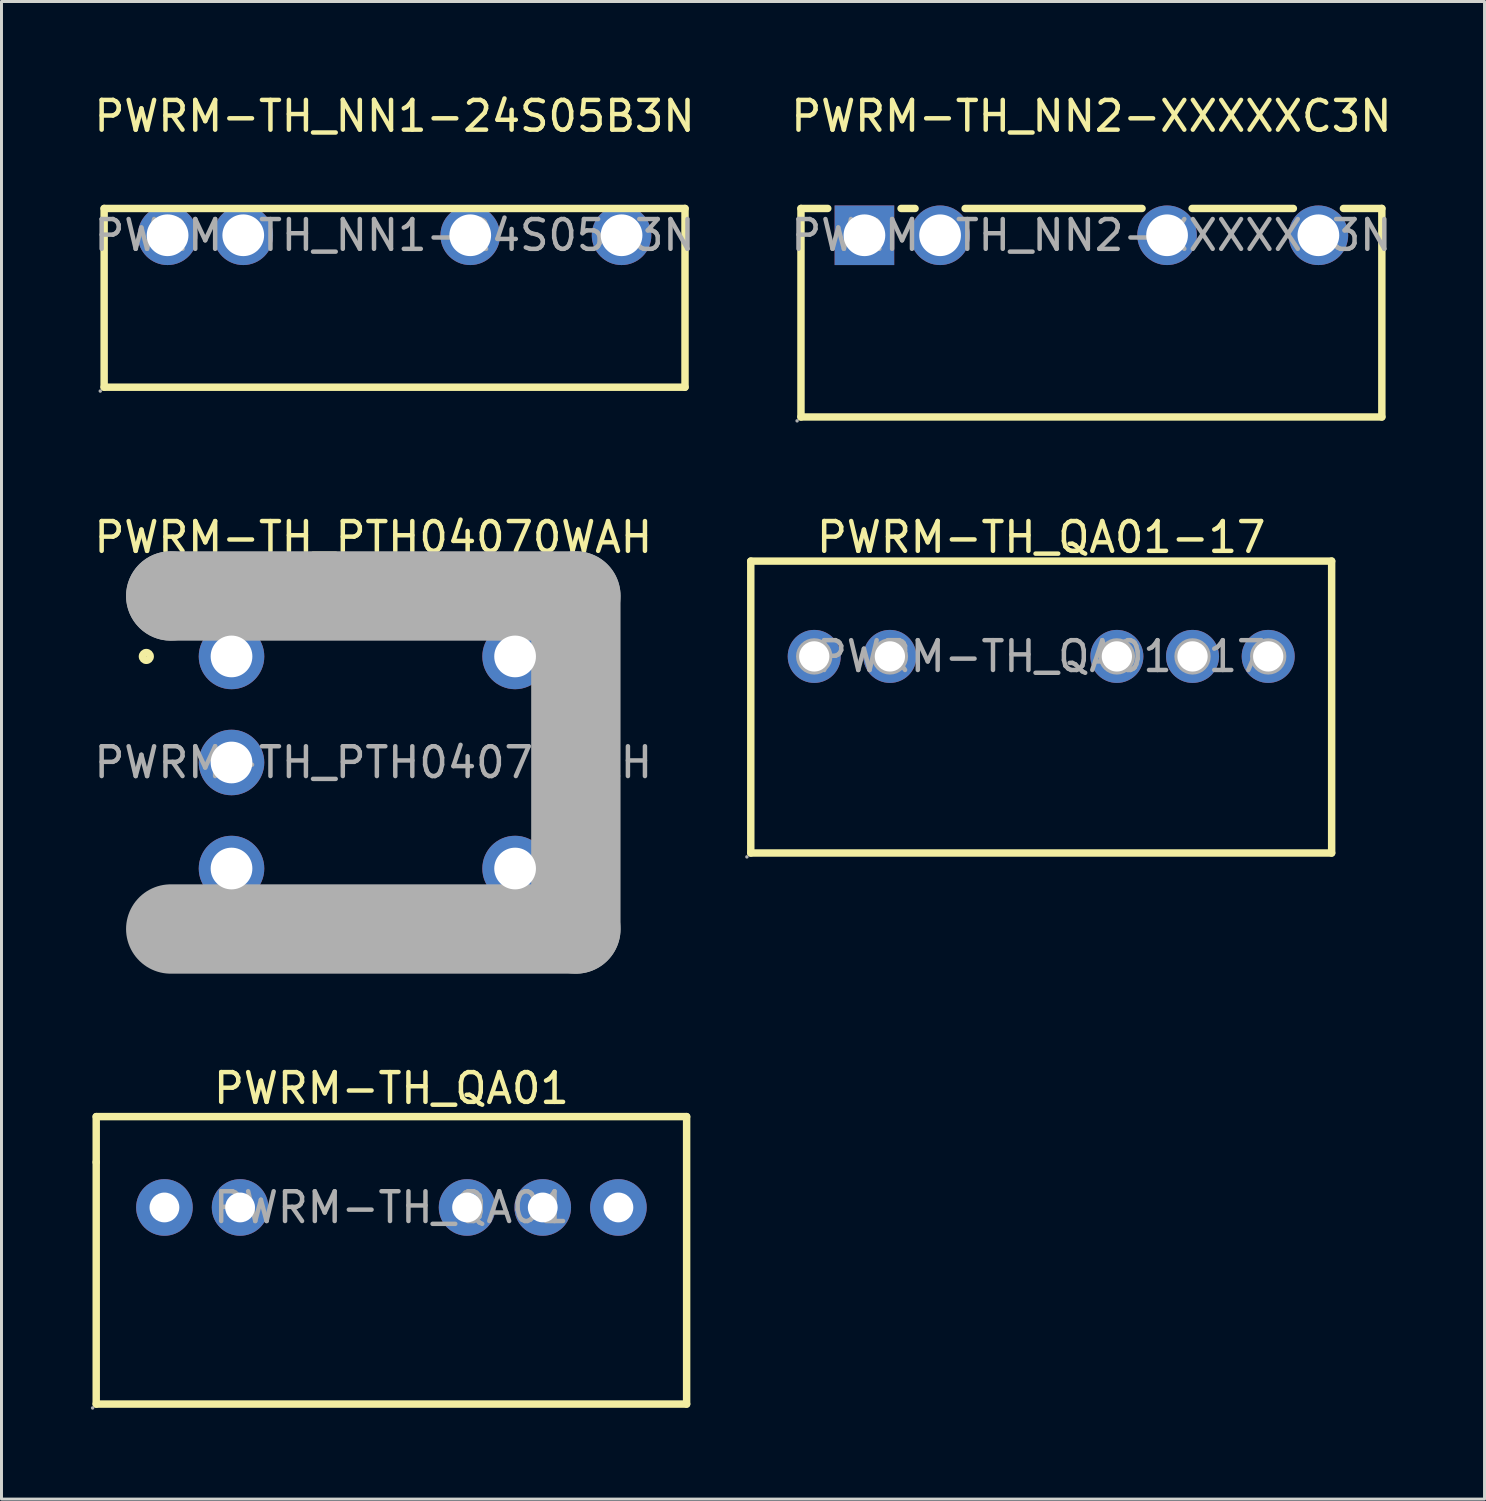
<source format=kicad_pcb>
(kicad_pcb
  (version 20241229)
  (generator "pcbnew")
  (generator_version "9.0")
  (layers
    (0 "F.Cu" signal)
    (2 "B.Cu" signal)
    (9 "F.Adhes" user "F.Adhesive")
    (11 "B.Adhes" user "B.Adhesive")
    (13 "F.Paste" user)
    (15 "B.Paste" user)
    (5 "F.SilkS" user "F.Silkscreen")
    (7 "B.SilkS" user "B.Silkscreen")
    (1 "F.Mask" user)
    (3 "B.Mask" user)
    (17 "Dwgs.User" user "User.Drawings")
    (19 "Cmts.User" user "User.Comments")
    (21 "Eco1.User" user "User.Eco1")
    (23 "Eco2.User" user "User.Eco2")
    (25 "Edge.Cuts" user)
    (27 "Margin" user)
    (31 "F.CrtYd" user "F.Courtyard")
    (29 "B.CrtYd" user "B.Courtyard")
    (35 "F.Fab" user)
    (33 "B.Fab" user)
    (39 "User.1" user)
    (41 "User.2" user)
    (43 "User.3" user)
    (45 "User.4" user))
  (footprint "PWRM-TH_NN1-24S05B3N"
    (layer "F.Cu")
    (at 10.196 4.848)
    (property "Reference" "PWRM-TH_NN1-24S05B3N" (at 0 -4 0) (layer "F.SilkS") (effects (font (size 1 1) (thickness 0.15))))
    (attr through_hole)
    (fp_line (start -9.75 -0.9) (end -9.75 5.1) (stroke (width 0.25) (type solid)) (layer "F.SilkS"))
    (fp_line (start -9.75 -0.9) (end 9.75 -0.9) (stroke (width 0.25) (type solid)) (layer "F.SilkS"))
    (fp_line (start 9.75 -0.9) (end 9.75 5.1) (stroke (width 0.25) (type solid)) (layer "F.SilkS"))
    (fp_line (start 9.75 5.1) (end -9.75 5.1) (stroke (width 0.25) (type solid)) (layer "F.SilkS"))
    (fp_circle (center -9.88 5.23) (end -9.85 5.23) (stroke (width 0.06) (type solid)) (fill no) (layer "F.Fab"))
    (fp_circle (center -7.62 0) (end -7.32 0) (stroke (width 0.6) (type solid)) (fill no) (layer "F.Fab"))
    (fp_circle (center -5.08 0) (end -4.78 0) (stroke (width 0.6) (type solid)) (fill no) (layer "F.Fab"))
    (fp_circle (center 2.54 0) (end 2.84 0) (stroke (width 0.6) (type solid)) (fill no) (layer "F.Fab"))
    (fp_circle (center 7.62 0) (end 7.92 0) (stroke (width 0.6) (type solid)) (fill no) (layer "F.Fab"))
    (fp_text user "${REFERENCE}" (at 0 0 0) (layer "F.Fab") (effects (font (size 1 1) (thickness 0.15))))
    (pad "1" thru_hole circle (at -7.62 0) (size 2 2) (drill 1.4) (layers "*.Cu" "*.Paste" "*.Mask"))
    (pad "2" thru_hole circle (at -5.08 0) (size 2 2) (drill 1.4) (layers "*.Cu" "*.Paste" "*.Mask"))
    (pad "5" thru_hole circle (at 2.54 0) (size 2 2) (drill 1.4) (layers "*.Cu" "*.Paste" "*.Mask"))
    (pad "7" thru_hole circle (at 7.62 0) (size 2 2) (drill 1.4) (layers "*.Cu" "*.Paste" "*.Mask")))
  (footprint "PWRM-TH_QA01"
    (layer "F.Cu")
    (at 10.09 37.485)
    (property "Reference" "PWRM-TH_QA01" (at 0 -4 0) (layer "F.SilkS") (effects (font (size 1 1) (thickness 0.15))))
    (attr through_hole)
    (fp_line (start -9.91 -3.05) (end 9.91 -3.05) (stroke (width 0.25) (type solid)) (layer "F.SilkS"))
    (fp_line (start -9.91 -1.52) (end -9.91 -3.05) (stroke (width 0.25) (type solid)) (layer "F.SilkS"))
    (fp_line (start -9.91 6.6) (end -9.91 -1.52) (stroke (width 0.25) (type solid)) (layer "F.SilkS"))
    (fp_line (start 9.91 -3.05) (end 9.91 6.6) (stroke (width 0.25) (type solid)) (layer "F.SilkS"))
    (fp_line (start 9.91 6.6) (end -9.91 6.6) (stroke (width 0.25) (type solid)) (layer "F.SilkS"))
    (fp_circle (center -10.03 6.73) (end -10 6.73) (stroke (width 0.06) (type solid)) (fill no) (layer "F.Fab"))
    (fp_circle (center -7.62 0) (end -7.42 0) (stroke (width 0.4) (type solid)) (fill no) (layer "F.Fab"))
    (fp_circle (center -5.08 0) (end -4.88 0) (stroke (width 0.4) (type solid)) (fill no) (layer "F.Fab"))
    (fp_circle (center 2.54 0) (end 2.74 0) (stroke (width 0.4) (type solid)) (fill no) (layer "F.Fab"))
    (fp_circle (center 5.08 0) (end 5.28 0) (stroke (width 0.4) (type solid)) (fill no) (layer "F.Fab"))
    (fp_circle (center 7.62 0) (end 7.82 0) (stroke (width 0.4) (type solid)) (fill no) (layer "F.Fab"))
    (fp_text user "${REFERENCE}" (at 0 0 0) (layer "F.Fab") (effects (font (size 1 1) (thickness 0.15))))
    (pad "1" thru_hole circle (at -7.62 0) (size 1.9 1.9) (drill 1) (layers "*.Cu" "*.Paste" "*.Mask"))
    (pad "2" thru_hole circle (at -5.08 0) (size 1.9 1.9) (drill 1) (layers "*.Cu" "*.Paste" "*.Mask"))
    (pad "5" thru_hole circle (at 2.54 0) (size 1.9 1.9) (drill 1) (layers "*.Cu" "*.Paste" "*.Mask"))
    (pad "6" thru_hole circle (at 5.08 0) (size 1.9 1.9) (drill 1) (layers "*.Cu" "*.Paste" "*.Mask"))
    (pad "7" thru_hole circle (at 7.62 0) (size 1.9 1.9) (drill 1) (layers "*.Cu" "*.Paste" "*.Mask")))
  (footprint "PWRM-TH_NN2-XXXXXC3N"
    (layer "F.Cu")
    (at 33.589 4.848)
    (property "Reference" "PWRM-TH_NN2-XXXXXC3N" (at 0 -4 0) (layer "F.SilkS") (effects (font (size 1 1) (thickness 0.15))))
    (attr through_hole)
    (fp_line (start -9.75 -0.9) (end -9.75 6.1) (stroke (width 0.25) (type solid)) (layer "F.SilkS"))
    (fp_line (start -9.75 -0.9) (end -8.85 -0.9) (stroke (width 0.25) (type solid)) (layer "F.SilkS"))
    (fp_line (start -9.75 6.1) (end 9.75 6.1) (stroke (width 0.25) (type solid)) (layer "F.SilkS"))
    (fp_line (start -6.39 -0.9) (end -5.92 -0.9) (stroke (width 0.25) (type solid)) (layer "F.SilkS"))
    (fp_line (start -4.24 -0.9) (end 1.7 -0.9) (stroke (width 0.25) (type solid)) (layer "F.SilkS"))
    (fp_line (start 3.38 -0.9) (end 6.78 -0.9) (stroke (width 0.25) (type solid)) (layer "F.SilkS"))
    (fp_line (start 8.46 -0.9) (end 9.75 -0.9) (stroke (width 0.25) (type solid)) (layer "F.SilkS"))
    (fp_line (start 9.75 -0.9) (end 9.75 6.1) (stroke (width 0.25) (type solid)) (layer "F.SilkS"))
    (fp_circle (center -9.88 6.23) (end -9.85 6.23) (stroke (width 0.06) (type solid)) (fill no) (layer "F.Fab"))
    (fp_circle (center -7.62 0) (end -7.32 0) (stroke (width 0.6) (type solid)) (fill no) (layer "F.Fab"))
    (fp_circle (center -5.08 0) (end -4.78 0) (stroke (width 0.6) (type solid)) (fill no) (layer "F.Fab"))
    (fp_circle (center 2.54 0) (end 2.84 0) (stroke (width 0.6) (type solid)) (fill no) (layer "F.Fab"))
    (fp_circle (center 7.62 0) (end 7.92 0) (stroke (width 0.6) (type solid)) (fill no) (layer "F.Fab"))
    (fp_text user "${REFERENCE}" (at 0 0 0) (layer "F.Fab") (effects (font (size 1 1) (thickness 0.15))))
    (pad "1" thru_hole rect (at -7.62 0) (size 2 2) (drill 1.4) (layers "*.Cu" "*.Paste" "*.Mask"))
    (pad "2" thru_hole circle (at -5.08 0) (size 2 2) (drill 1.4) (layers "*.Cu" "*.Paste" "*.Mask"))
    (pad "5" thru_hole circle (at 2.54 0) (size 2 2) (drill 1.4) (layers "*.Cu" "*.Paste" "*.Mask"))
    (pad "7" thru_hole circle (at 7.62 0) (size 2 2) (drill 1.4) (layers "*.Cu" "*.Paste" "*.Mask")))
  (footprint "PWRM-TH_QA01-17"
    (layer "F.Cu")
    (at 31.904 18.986)
    (property "Reference" "PWRM-TH_QA01-17" (at 0 -4 0) (layer "F.SilkS") (effects (font (size 1 1) (thickness 0.15))))
    (attr through_hole)
    (fp_line (start -9.75 -3.2) (end 9.75 -3.2) (stroke (width 0.25) (type solid)) (layer "F.SilkS"))
    (fp_line (start -9.75 6.6) (end -9.75 -3.2) (stroke (width 0.25) (type solid)) (layer "F.SilkS"))
    (fp_line (start 9.75 -3.2) (end 9.75 6.6) (stroke (width 0.25) (type solid)) (layer "F.SilkS"))
    (fp_line (start 9.75 6.6) (end -9.75 6.6) (stroke (width 0.25) (type solid)) (layer "F.SilkS"))
    (fp_circle (center -9.88 6.73) (end -9.85 6.73) (stroke (width 0.06) (type solid)) (fill no) (layer "F.Fab"))
    (fp_circle (center -7.62 0) (end -7.42 0) (stroke (width 0.41) (type solid)) (fill no) (layer "F.Fab"))
    (fp_circle (center -5.08 0) (end -4.88 0) (stroke (width 0.41) (type solid)) (fill no) (layer "F.Fab"))
    (fp_circle (center 2.54 0) (end 2.74 0) (stroke (width 0.41) (type solid)) (fill no) (layer "F.Fab"))
    (fp_circle (center 5.08 0) (end 5.28 0) (stroke (width 0.41) (type solid)) (fill no) (layer "F.Fab"))
    (fp_circle (center 7.62 0) (end 7.82 0) (stroke (width 0.41) (type solid)) (fill no) (layer "F.Fab"))
    (fp_text user "${REFERENCE}" (at 0 0 0) (layer "F.Fab") (effects (font (size 1 1) (thickness 0.15))))
    (pad "1" thru_hole circle (at -7.62 0) (size 1.78 1.78) (drill 1.016) (layers "*.Cu" "*.Paste" "*.Mask"))
    (pad "2" thru_hole circle (at -5.08 0) (size 1.78 1.78) (drill 1.016) (layers "*.Cu" "*.Paste" "*.Mask"))
    (pad "5" thru_hole circle (at 2.54 0) (size 1.78 1.78) (drill 1.016) (layers "*.Cu" "*.Paste" "*.Mask"))
    (pad "6" thru_hole circle (at 5.08 0) (size 1.78 1.78) (drill 1.016) (layers "*.Cu" "*.Paste" "*.Mask"))
    (pad "7" thru_hole circle (at 7.62 0) (size 1.78 1.78) (drill 1.016) (layers "*.Cu" "*.Paste" "*.Mask")))
  (footprint "PWRM-TH_PTH04070WAH"
    (layer "F.Cu")
    (at 9.482 22.547)
    (property "Reference" "PWRM-TH_PTH04070WAH" (at 0 -7.56 0) (layer "F.SilkS") (effects (font (size 1 1) (thickness 0.15))))
    (attr through_hole)
    (fp_circle (center -7.62 -3.56) (end -7.49 -3.56) (stroke (width 0.25) (type solid)) (fill no) (layer "F.SilkS"))
    (fp_line (start -6.8 -5.59) (end -6.8 -5.59) (stroke (width 3) (type solid)) (layer "F.Fab"))
    (fp_line (start -6.8 -5.59) (end 6.8 -5.59) (stroke (width 3) (type solid)) (layer "F.Fab"))
    (fp_line (start 6.8 -5.59) (end 6.8 5.59) (stroke (width 3) (type solid)) (layer "F.Fab"))
    (fp_line (start 6.8 5.59) (end -6.8 5.59) (stroke (width 3) (type solid)) (layer "F.Fab"))
    (fp_circle (center -7.87 -5.72) (end -7.84 -5.72) (stroke (width 0.06) (type solid)) (fill no) (layer "F.Fab"))
    (fp_circle (center -4.76 -3.56) (end -4.46 -3.56) (stroke (width 0.6) (type solid)) (fill no) (layer "F.Fab"))
    (fp_circle (center -4.76 0) (end -4.46 0) (stroke (width 0.6) (type solid)) (fill no) (layer "F.Fab"))
    (fp_circle (center -4.76 3.56) (end -4.46 3.56) (stroke (width 0.6) (type solid)) (fill no) (layer "F.Fab"))
    (fp_circle (center 4.76 -3.56) (end 5.06 -3.56) (stroke (width 0.6) (type solid)) (fill no) (layer "F.Fab"))
    (fp_circle (center 4.76 3.56) (end 5.06 3.56) (stroke (width 0.6) (type solid)) (fill no) (layer "F.Fab"))
    (fp_text user "${REFERENCE}" (at 0 0 0) (layer "F.Fab") (effects (font (size 1 1) (thickness 0.15))))
    (pad "1" thru_hole circle (at -4.76 -3.56) (size 2.2 2.2) (drill 1.4) (layers "*.Cu" "*.Paste" "*.Mask"))
    (pad "2" thru_hole circle (at -4.76 0) (size 2.2 2.2) (drill 1.4) (layers "*.Cu" "*.Paste" "*.Mask"))
    (pad "3" thru_hole circle (at -4.76 3.56) (size 2.2 2.2) (drill 1.4) (layers "*.Cu" "*.Paste" "*.Mask"))
    (pad "4" thru_hole circle (at 4.76 3.56) (size 2.2 2.2) (drill 1.4) (layers "*.Cu" "*.Paste" "*.Mask"))
    (pad "5" thru_hole circle (at 4.76 -3.56) (size 2.2 2.2) (drill 1.4) (layers "*.Cu" "*.Paste" "*.Mask")))
  (gr_rect
    (start -3 -3)
    (end 46.786 47.275)
    (stroke (width 0.1) (type default))
    (fill no)
    (layer "Edge.Cuts")))
</source>
